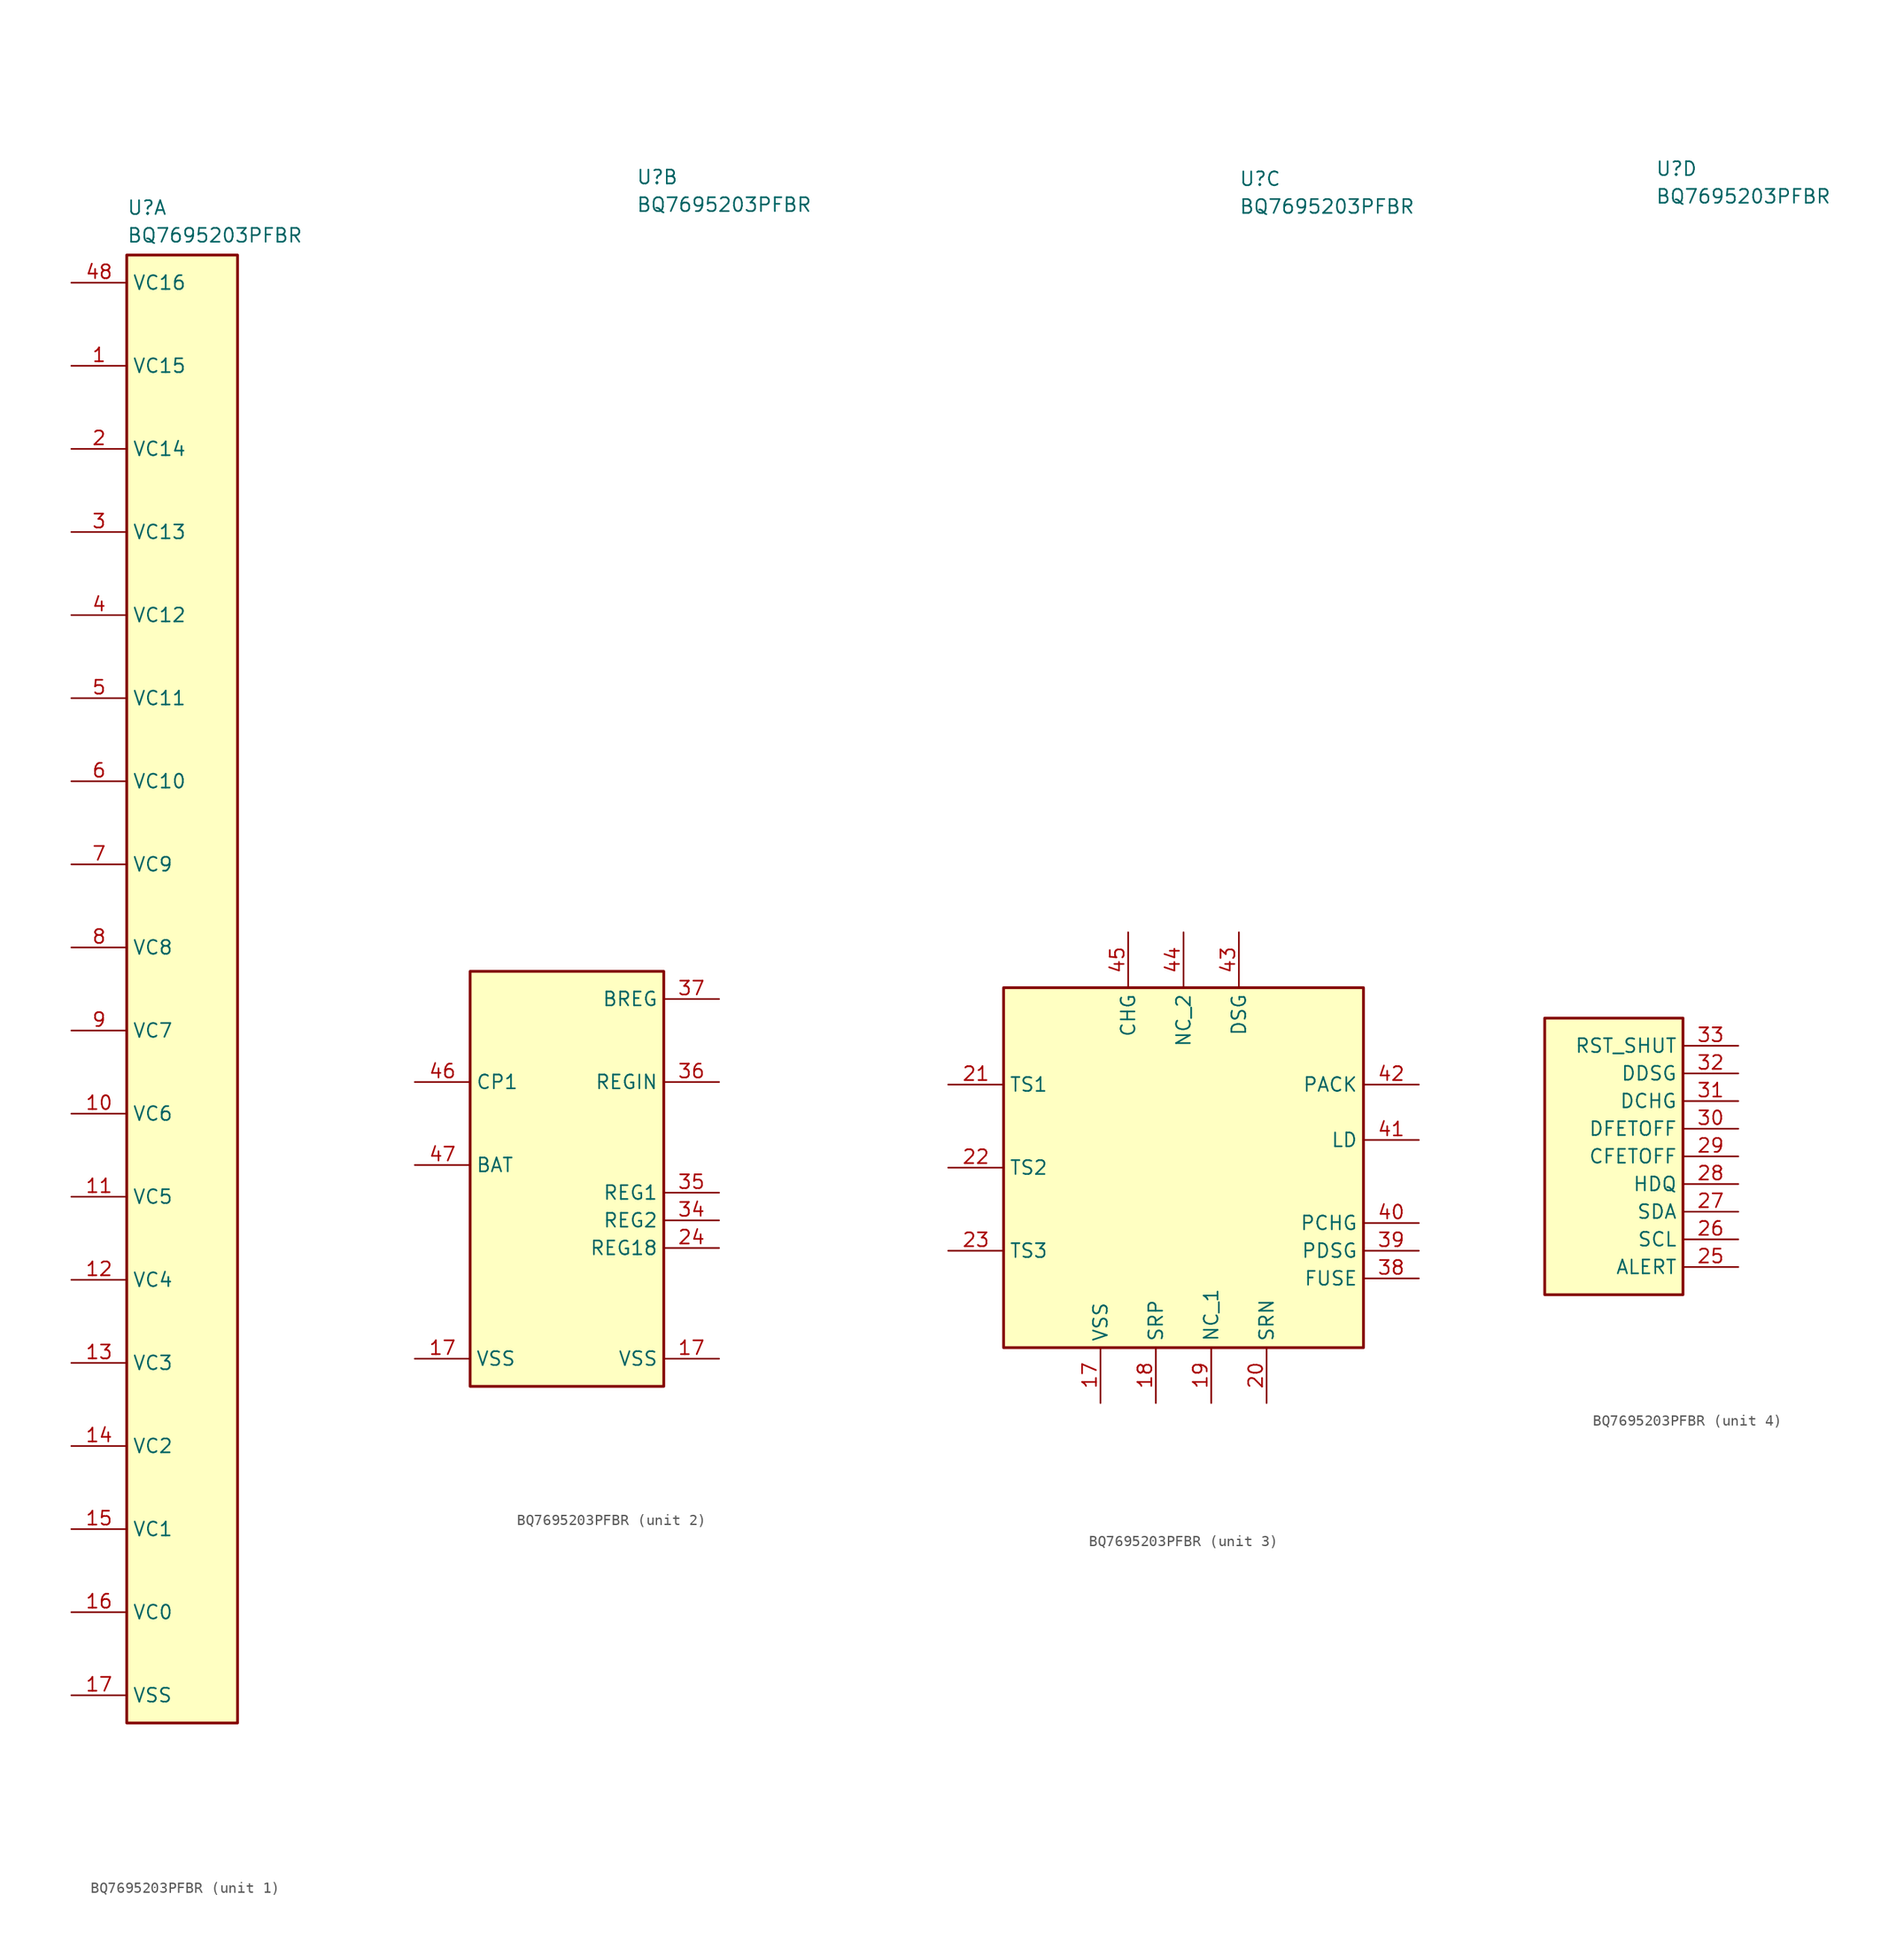
<source format=kicad_sym>
(kicad_symbol_lib
  (version 20220914)
  (generator kicad_symbol_editor)
  (symbol "BQ7695203PFBR"
    (property "Reference" "U"
      (at 5.08 91.44 0)
      (effects (font (size 1.27 1.27)) (justify left top)))
    (property "Value" "BQ7695203PFBR"
      (at 5.08 88.9 0)
      (effects (font (size 1.27 1.27)) (justify left top)))
    (property "ki_locked" ""
      (at 0 0 0)
      (effects (font (size 1.27 1.27))))
    (symbol "BQ7695203PFBR_1_1"
      (unit_name "Cells")
      (rectangle (start 5.08 86.36) (end 15.24 -48.26) (stroke (width 0.254) (type default)) (fill (type background)))
      (pin passive line (at 0 76.2 0) (length 5.08) (name "VC15" (effects (font (size 1.27 1.27)))) (number "1" (effects (font (size 1.27 1.27)))))
      (pin passive line (at 0 7.62 0) (length 5.08) (name "VC6" (effects (font (size 1.27 1.27)))) (number "10" (effects (font (size 1.27 1.27)))))
      (pin passive line (at 0 0 0) (length 5.08) (name "VC5" (effects (font (size 1.27 1.27)))) (number "11" (effects (font (size 1.27 1.27)))))
      (pin passive line (at 0 -7.62 0) (length 5.08) (name "VC4" (effects (font (size 1.27 1.27)))) (number "12" (effects (font (size 1.27 1.27)))))
      (pin passive line (at 0 -15.24 0) (length 5.08) (name "VC3" (effects (font (size 1.27 1.27)))) (number "13" (effects (font (size 1.27 1.27)))))
      (pin passive line (at 0 -22.86 0) (length 5.08) (name "VC2" (effects (font (size 1.27 1.27)))) (number "14" (effects (font (size 1.27 1.27)))))
      (pin passive line (at 0 -30.48 0) (length 5.08) (name "VC1" (effects (font (size 1.27 1.27)))) (number "15" (effects (font (size 1.27 1.27)))))
      (pin passive line (at 0 -38.1 0) (length 5.08) (name "VC0" (effects (font (size 1.27 1.27)))) (number "16" (effects (font (size 1.27 1.27)))))
      (pin passive line (at 0 -45.72 0) (length 5.08) (name "VSS" (effects (font (size 1.27 1.27)))) (number "17" (effects (font (size 1.27 1.27)))))
      (pin passive line (at 0 68.58 0) (length 5.08) (name "VC14" (effects (font (size 1.27 1.27)))) (number "2" (effects (font (size 1.27 1.27)))))
      (pin passive line (at 0 60.96 0) (length 5.08) (name "VC13" (effects (font (size 1.27 1.27)))) (number "3" (effects (font (size 1.27 1.27)))))
      (pin passive line (at 0 53.34 0) (length 5.08) (name "VC12" (effects (font (size 1.27 1.27)))) (number "4" (effects (font (size 1.27 1.27)))))
      (pin passive line (at 0 83.82 0) (length 5.08) (name "VC16" (effects (font (size 1.27 1.27)))) (number "48" (effects (font (size 1.27 1.27)))))
      (pin passive line (at 0 45.72 0) (length 5.08) (name "VC11" (effects (font (size 1.27 1.27)))) (number "5" (effects (font (size 1.27 1.27)))))
      (pin passive line (at 0 38.1 0) (length 5.08) (name "VC10" (effects (font (size 1.27 1.27)))) (number "6" (effects (font (size 1.27 1.27)))))
      (pin passive line (at 0 30.48 0) (length 5.08) (name "VC9" (effects (font (size 1.27 1.27)))) (number "7" (effects (font (size 1.27 1.27)))))
      (pin passive line (at 0 22.86 0) (length 5.08) (name "VC8" (effects (font (size 1.27 1.27)))) (number "8" (effects (font (size 1.27 1.27)))))
      (pin passive line (at 0 15.24 0) (length 5.08) (name "VC7" (effects (font (size 1.27 1.27)))) (number "9" (effects (font (size 1.27 1.27))))))
    (symbol "BQ7695203PFBR_2_1"
      (unit_name "Power")
      (rectangle (start -10.16 17.78) (end 7.62 -20.32) (stroke (width 0.254) (type default)) (fill (type background)))
      (pin passive line (at -15.24 -17.78 0) (length 5.08) (name "VSS" (effects (font (size 1.27 1.27)))) (number "17" (effects (font (size 1.27 1.27)))))
      (pin passive line (at 12.7 -17.78 180) (length 5.08) (name "VSS" (effects (font (size 1.27 1.27)))) (number "17" (effects (font (size 1.27 1.27)))))
      (pin passive line (at 12.7 -7.62 180) (length 5.08) (name "REG18" (effects (font (size 1.27 1.27)))) (number "24" (effects (font (size 1.27 1.27)))))
      (pin passive line (at 12.7 -5.08 180) (length 5.08) (name "REG2" (effects (font (size 1.27 1.27)))) (number "34" (effects (font (size 1.27 1.27)))))
      (pin passive line (at 12.7 -2.54 180) (length 5.08) (name "REG1" (effects (font (size 1.27 1.27)))) (number "35" (effects (font (size 1.27 1.27)))))
      (pin passive line (at 12.7 7.62 180) (length 5.08) (name "REGIN" (effects (font (size 1.27 1.27)))) (number "36" (effects (font (size 1.27 1.27)))))
      (pin passive line (at 12.7 15.24 180) (length 5.08) (name "BREG" (effects (font (size 1.27 1.27)))) (number "37" (effects (font (size 1.27 1.27)))))
      (pin passive line (at -15.24 7.62 0) (length 5.08) (name "CP1" (effects (font (size 1.27 1.27)))) (number "46" (effects (font (size 1.27 1.27)))))
      (pin passive line (at -15.24 0 0) (length 5.08) (name "BAT" (effects (font (size 1.27 1.27)))) (number "47" (effects (font (size 1.27 1.27))))))
    (symbol "BQ7695203PFBR_3_1"
      (unit_name "FETs_and_Measuring")
      (rectangle (start -16.51 16.51) (end 16.51 -16.51) (stroke (width 0.254) (type default)) (fill (type background)))
      (pin passive line (at -7.62 -21.59 90) (length 5.08) (name "VSS" (effects (font (size 1.27 1.27)))) (number "17" (effects (font (size 1.27 1.27)))))
      (pin passive line (at -2.54 -21.59 90) (length 5.08) (name "SRP" (effects (font (size 1.27 1.27)))) (number "18" (effects (font (size 1.27 1.27)))))
      (pin passive line (at 2.54 -21.59 90) (length 5.08) (name "NC_1" (effects (font (size 1.27 1.27)))) (number "19" (effects (font (size 1.27 1.27)))))
      (pin passive line (at 7.62 -21.59 90) (length 5.08) (name "SRN" (effects (font (size 1.27 1.27)))) (number "20" (effects (font (size 1.27 1.27)))))
      (pin passive line (at -21.59 7.62 0) (length 5.08) (name "TS1" (effects (font (size 1.27 1.27)))) (number "21" (effects (font (size 1.27 1.27)))))
      (pin passive line (at -21.59 0 0) (length 5.08) (name "TS2" (effects (font (size 1.27 1.27)))) (number "22" (effects (font (size 1.27 1.27)))))
      (pin passive line (at -21.59 -7.62 0) (length 5.08) (name "TS3" (effects (font (size 1.27 1.27)))) (number "23" (effects (font (size 1.27 1.27)))))
      (pin passive line (at 21.59 -10.16 180) (length 5.08) (name "FUSE" (effects (font (size 1.27 1.27)))) (number "38" (effects (font (size 1.27 1.27)))))
      (pin passive line (at 21.59 -7.62 180) (length 5.08) (name "PDSG" (effects (font (size 1.27 1.27)))) (number "39" (effects (font (size 1.27 1.27)))))
      (pin passive line (at 21.59 -5.08 180) (length 5.08) (name "PCHG" (effects (font (size 1.27 1.27)))) (number "40" (effects (font (size 1.27 1.27)))))
      (pin passive line (at 21.59 2.54 180) (length 5.08) (name "LD" (effects (font (size 1.27 1.27)))) (number "41" (effects (font (size 1.27 1.27)))))
      (pin passive line (at 21.59 7.62 180) (length 5.08) (name "PACK" (effects (font (size 1.27 1.27)))) (number "42" (effects (font (size 1.27 1.27)))))
      (pin passive line (at 5.08 21.59 270) (length 5.08) (name "DSG" (effects (font (size 1.27 1.27)))) (number "43" (effects (font (size 1.27 1.27)))))
      (pin passive line (at 0 21.59 270) (length 5.08) (name "NC_2" (effects (font (size 1.27 1.27)))) (number "44" (effects (font (size 1.27 1.27)))))
      (pin passive line (at -5.08 21.59 270) (length 5.08) (name "CHG" (effects (font (size 1.27 1.27)))) (number "45" (effects (font (size 1.27 1.27))))))
    (symbol "BQ7695203PFBR_4_1"
      (unit_name "Digital")
      (rectangle (start -5.08 12.7) (end 7.62 -12.7) (stroke (width 0.254) (type default)) (fill (type background)))
      (pin passive line (at 12.7 -10.16 180) (length 5.08) (name "ALERT" (effects (font (size 1.27 1.27)))) (number "25" (effects (font (size 1.27 1.27)))))
      (pin passive line (at 12.7 -7.62 180) (length 5.08) (name "SCL" (effects (font (size 1.27 1.27)))) (number "26" (effects (font (size 1.27 1.27)))))
      (pin passive line (at 12.7 -5.08 180) (length 5.08) (name "SDA" (effects (font (size 1.27 1.27)))) (number "27" (effects (font (size 1.27 1.27)))))
      (pin passive line (at 12.7 -2.54 180) (length 5.08) (name "HDQ" (effects (font (size 1.27 1.27)))) (number "28" (effects (font (size 1.27 1.27)))))
      (pin passive line (at 12.7 0 180) (length 5.08) (name "CFETOFF" (effects (font (size 1.27 1.27)))) (number "29" (effects (font (size 1.27 1.27)))))
      (pin passive line (at 12.7 2.54 180) (length 5.08) (name "DFETOFF" (effects (font (size 1.27 1.27)))) (number "30" (effects (font (size 1.27 1.27)))))
      (pin passive line (at 12.7 5.08 180) (length 5.08) (name "DCHG" (effects (font (size 1.27 1.27)))) (number "31" (effects (font (size 1.27 1.27)))))
      (pin passive line (at 12.7 7.62 180) (length 5.08) (name "DDSG" (effects (font (size 1.27 1.27)))) (number "32" (effects (font (size 1.27 1.27)))))
      (pin passive line (at 12.7 10.16 180) (length 5.08) (name "RST_SHUT" (effects (font (size 1.27 1.27)))) (number "33" (effects (font (size 1.27 1.27))))))))
</source>
